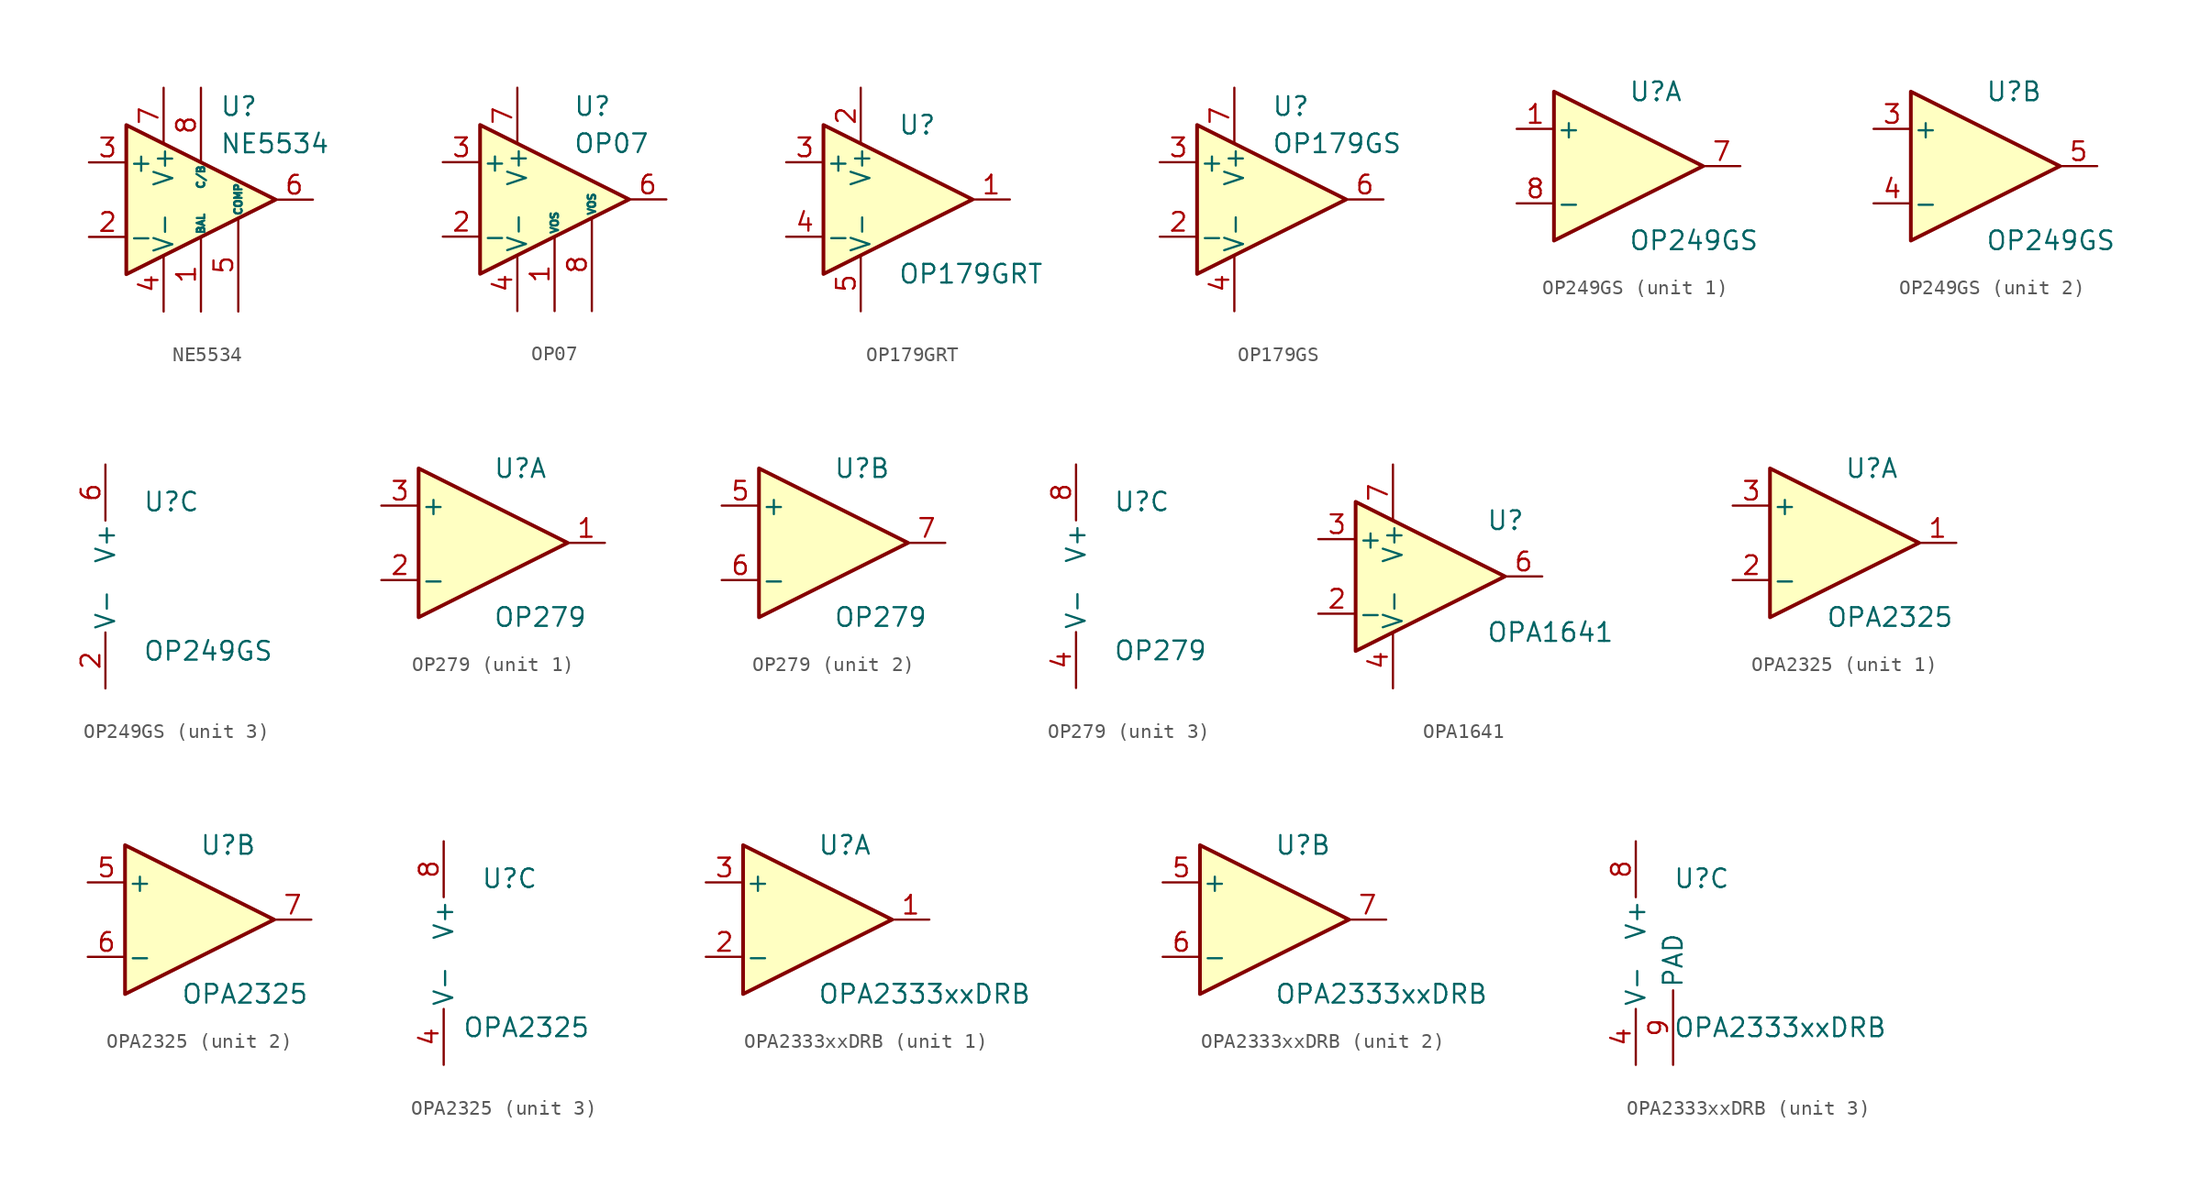
<source format=kicad_sym>
(kicad_symbol_lib
  (version 20200126)
  (host kicad_symbol_editor "(5.99.0-2908-g9a4f92dfd9)")
  (symbol "Bobs_Op_Amps:NE5534"
    (pin_names
      (offset 0.127))
    (property "Reference" "U"
      (at 1.27 6.35 0)
      (effects (font (size 1.27 1.27)) (justify left)))
    (property "Value" "NE5534"
      (at 1.27 3.81 0)
      (effects (font (size 1.27 1.27)) (justify left)))
    (symbol "NE5534_0_1"
      (polyline (pts (xy -5.08 5.08) (xy 5.08 0) (xy -5.08 -5.08) (xy -5.08 5.08)) (stroke (width 0.254)) (fill (type background))))
    (symbol "NE5534_1_1"
      (pin input line (at 0 -7.62 90) (length 5.08) (name "BAL" (effects (font (size 0.508 0.508)))) (number "1" (effects (font (size 1.27 1.27)))))
      (pin input line (at -7.62 -2.54 0) (length 2.54) (name "-" (effects (font (size 1.27 1.27)))) (number "2" (effects (font (size 1.27 1.27)))))
      (pin input line (at -7.62 2.54 0) (length 2.54) (name "+" (effects (font (size 1.27 1.27)))) (number "3" (effects (font (size 1.27 1.27)))))
      (pin power_in line (at -2.54 -7.62 90) (length 3.81) (name "V-" (effects (font (size 1.27 1.27)))) (number "4" (effects (font (size 1.27 1.27)))))
      (pin input line (at 2.54 -7.62 90) (length 6.35) (name "COMP" (effects (font (size 0.508 0.508)))) (number "5" (effects (font (size 1.27 1.27)))))
      (pin output line (at 7.62 0 180) (length 2.54) (name "~" (effects (font (size 1.27 1.27)))) (number "6" (effects (font (size 1.27 1.27)))))
      (pin power_in line (at -2.54 7.62 270) (length 3.81) (name "V+" (effects (font (size 1.27 1.27)))) (number "7" (effects (font (size 1.27 1.27)))))
      (pin input line (at 0 7.62 270) (length 5.08) (name "C/B" (effects (font (size 0.508 0.508)))) (number "8" (effects (font (size 1.27 1.27)))))))
  (symbol "Bobs_Op_Amps:OP07"
    (pin_names
      (offset 0.127))
    (property "Reference" "U"
      (at 1.27 6.35 0)
      (effects (font (size 1.27 1.27)) (justify left)))
    (property "Value" "OP07"
      (at 1.27 3.81 0)
      (effects (font (size 1.27 1.27)) (justify left)))
    (symbol "OP07_0_1"
      (polyline (pts (xy -5.08 5.08) (xy 5.08 0) (xy -5.08 -5.08) (xy -5.08 5.08)) (stroke (width 0.254)) (fill (type background))))
    (symbol "OP07_1_1"
      (pin input line (at 0 -7.62 90) (length 5.08) (name "VOS" (effects (font (size 0.508 0.508)))) (number "1" (effects (font (size 1.27 1.27)))))
      (pin input line (at -7.62 -2.54 0) (length 2.54) (name "-" (effects (font (size 1.27 1.27)))) (number "2" (effects (font (size 1.27 1.27)))))
      (pin input line (at -7.62 2.54 0) (length 2.54) (name "+" (effects (font (size 1.27 1.27)))) (number "3" (effects (font (size 1.27 1.27)))))
      (pin power_in line (at -2.54 -7.62 90) (length 3.81) (name "V-" (effects (font (size 1.27 1.27)))) (number "4" (effects (font (size 1.27 1.27)))))
      (pin unconnected line (at 0 2.54 270) (length 2.54) hide (name "NC" (effects (font (size 1.27 1.27)))) (number "5" (effects (font (size 1.27 1.27)))))
      (pin output line (at 7.62 0 180) (length 2.54) (name "~" (effects (font (size 1.27 1.27)))) (number "6" (effects (font (size 1.27 1.27)))))
      (pin power_in line (at -2.54 7.62 270) (length 3.81) (name "V+" (effects (font (size 1.27 1.27)))) (number "7" (effects (font (size 1.27 1.27)))))
      (pin input line (at 2.54 -7.62 90) (length 6.35) (name "VOS" (effects (font (size 0.508 0.508)))) (number "8" (effects (font (size 1.27 1.27)))))))
  (symbol "Bobs_Op_Amps:OP179GRT"
    (pin_names
      (offset 0.127))
    (property "Reference" "U"
      (at 0 5.08 0)
      (effects (font (size 1.27 1.27)) (justify left)))
    (property "Value" "OP179GRT"
      (at 0 -5.08 0)
      (effects (font (size 1.27 1.27)) (justify left)))
    (symbol "OP179GRT_0_1"
      (polyline (pts (xy -5.08 5.08) (xy 5.08 0) (xy -5.08 -5.08) (xy -5.08 5.08)) (stroke (width 0.254)) (fill (type background)))
      (pin power_in line (at -2.54 7.62 270) (length 3.81) (name "V+" (effects (font (size 1.27 1.27)))) (number "2" (effects (font (size 1.27 1.27)))))
      (pin power_in line (at -2.54 -7.62 90) (length 3.81) (name "V-" (effects (font (size 1.27 1.27)))) (number "5" (effects (font (size 1.27 1.27))))))
    (symbol "OP179GRT_1_1"
      (pin output line (at 7.62 0 180) (length 2.54) (name "~" (effects (font (size 1.27 1.27)))) (number "1" (effects (font (size 1.27 1.27)))))
      (pin input line (at -7.62 2.54 0) (length 2.54) (name "+" (effects (font (size 1.27 1.27)))) (number "3" (effects (font (size 1.27 1.27)))))
      (pin input line (at -7.62 -2.54 0) (length 2.54) (name "-" (effects (font (size 1.27 1.27)))) (number "4" (effects (font (size 1.27 1.27)))))))
  (symbol "Bobs_Op_Amps:OP179GS"
    (pin_names
      (offset 0.127))
    (property "Reference" "U"
      (at 0 6.35 0)
      (effects (font (size 1.27 1.27)) (justify left)))
    (property "Value" "OP179GS"
      (at 0 3.81 0)
      (effects (font (size 1.27 1.27)) (justify left)))
    (symbol "OP179GS_0_1"
      (polyline (pts (xy -5.08 5.08) (xy 5.08 0) (xy -5.08 -5.08) (xy -5.08 5.08)) (stroke (width 0.254)) (fill (type background))))
    (symbol "OP179GS_1_1"
      (pin unconnected line (at -5.08 -2.54 90) (length 2.54) hide (name "NC" (effects (font (size 1.27 1.27)))) (number "1" (effects (font (size 1.27 1.27)))))
      (pin input line (at -7.62 -2.54 0) (length 2.54) (name "-" (effects (font (size 1.27 1.27)))) (number "2" (effects (font (size 1.27 1.27)))))
      (pin input line (at -7.62 2.54 0) (length 2.54) (name "+" (effects (font (size 1.27 1.27)))) (number "3" (effects (font (size 1.27 1.27)))))
      (pin power_in line (at -2.54 -7.62 90) (length 3.81) (name "V-" (effects (font (size 1.27 1.27)))) (number "4" (effects (font (size 1.27 1.27)))))
      (pin unconnected line (at -2.54 -2.54 90) (length 2.54) hide (name "NC" (effects (font (size 1.27 1.27)))) (number "5" (effects (font (size 1.27 1.27)))))
      (pin output line (at 7.62 0 180) (length 2.54) (name "~" (effects (font (size 1.27 1.27)))) (number "6" (effects (font (size 1.27 1.27)))))
      (pin power_in line (at -2.54 7.62 270) (length 3.81) (name "V+" (effects (font (size 1.27 1.27)))) (number "7" (effects (font (size 1.27 1.27)))))
      (pin unconnected line (at 0 -2.54 90) (length 2.54) hide (name "NC" (effects (font (size 1.27 1.27)))) (number "8" (effects (font (size 1.27 1.27)))))))
  (symbol "Bobs_Op_Amps:OP249GS"
    (pin_names
      (offset 0.127))
    (property "Reference" "U"
      (at 0 5.08 0)
      (effects (font (size 1.27 1.27)) (justify left)))
    (property "Value" "OP249GS"
      (at 0 -5.08 0)
      (effects (font (size 1.27 1.27)) (justify left)))
    (property "ki_locked" ""
      (at 0 0 0)
      (effects (font (size 1.27 1.27))))
    (symbol "OP249GS_1_1"
      (polyline (pts (xy -5.08 5.08) (xy 5.08 0) (xy -5.08 -5.08) (xy -5.08 5.08)) (stroke (width 0.254)) (fill (type background)))
      (pin input line (at -7.62 2.54 0) (length 2.54) (name "+" (effects (font (size 1.27 1.27)))) (number "1" (effects (font (size 1.27 1.27)))))
      (pin output line (at 7.62 0 180) (length 2.54) (name "~" (effects (font (size 1.27 1.27)))) (number "7" (effects (font (size 1.27 1.27)))))
      (pin input line (at -7.62 -2.54 0) (length 2.54) (name "-" (effects (font (size 1.27 1.27)))) (number "8" (effects (font (size 1.27 1.27))))))
    (symbol "OP249GS_2_1"
      (polyline (pts (xy -5.08 5.08) (xy 5.08 0) (xy -5.08 -5.08) (xy -5.08 5.08)) (stroke (width 0.254)) (fill (type background)))
      (pin input line (at -7.62 2.54 0) (length 2.54) (name "+" (effects (font (size 1.27 1.27)))) (number "3" (effects (font (size 1.27 1.27)))))
      (pin input line (at -7.62 -2.54 0) (length 2.54) (name "-" (effects (font (size 1.27 1.27)))) (number "4" (effects (font (size 1.27 1.27)))))
      (pin output line (at 7.62 0 180) (length 2.54) (name "~" (effects (font (size 1.27 1.27)))) (number "5" (effects (font (size 1.27 1.27))))))
    (symbol "OP249GS_3_1"
      (pin power_in line (at -2.54 -7.62 90) (length 3.81) (name "V-" (effects (font (size 1.27 1.27)))) (number "2" (effects (font (size 1.27 1.27)))))
      (pin power_in line (at -2.54 7.62 270) (length 3.81) (name "V+" (effects (font (size 1.27 1.27)))) (number "6" (effects (font (size 1.27 1.27)))))))
  (symbol "Bobs_Op_Amps:OP279"
    (pin_names
      (offset 0.127))
    (property "Reference" "U"
      (at 0 5.08 0)
      (effects (font (size 1.27 1.27)) (justify left)))
    (property "Value" "OP279"
      (at 0 -5.08 0)
      (effects (font (size 1.27 1.27)) (justify left)))
    (property "ki_locked" ""
      (at 0 0 0)
      (effects (font (size 1.27 1.27))))
    (symbol "OP279_1_1"
      (polyline (pts (xy -5.08 5.08) (xy 5.08 0) (xy -5.08 -5.08) (xy -5.08 5.08)) (stroke (width 0.254)) (fill (type background)))
      (pin output line (at 7.62 0 180) (length 2.54) (name "~" (effects (font (size 1.27 1.27)))) (number "1" (effects (font (size 1.27 1.27)))))
      (pin input line (at -7.62 -2.54 0) (length 2.54) (name "-" (effects (font (size 1.27 1.27)))) (number "2" (effects (font (size 1.27 1.27)))))
      (pin input line (at -7.62 2.54 0) (length 2.54) (name "+" (effects (font (size 1.27 1.27)))) (number "3" (effects (font (size 1.27 1.27))))))
    (symbol "OP279_2_1"
      (polyline (pts (xy -5.08 5.08) (xy 5.08 0) (xy -5.08 -5.08) (xy -5.08 5.08)) (stroke (width 0.254)) (fill (type background)))
      (pin input line (at -7.62 2.54 0) (length 2.54) (name "+" (effects (font (size 1.27 1.27)))) (number "5" (effects (font (size 1.27 1.27)))))
      (pin input line (at -7.62 -2.54 0) (length 2.54) (name "-" (effects (font (size 1.27 1.27)))) (number "6" (effects (font (size 1.27 1.27)))))
      (pin output line (at 7.62 0 180) (length 2.54) (name "~" (effects (font (size 1.27 1.27)))) (number "7" (effects (font (size 1.27 1.27))))))
    (symbol "OP279_3_1"
      (pin power_in line (at -2.54 -7.62 90) (length 3.81) (name "V-" (effects (font (size 1.27 1.27)))) (number "4" (effects (font (size 1.27 1.27)))))
      (pin power_in line (at -2.54 7.62 270) (length 3.81) (name "V+" (effects (font (size 1.27 1.27)))) (number "8" (effects (font (size 1.27 1.27)))))))
  (symbol "Bobs_Op_Amps:OPA1641"
    (pin_names
      (offset 0.127))
    (property "Reference" "U"
      (at 3.81 3.81 0)
      (effects (font (size 1.27 1.27)) (justify left)))
    (property "Value" "OPA1641"
      (at 3.81 -3.81 0)
      (effects (font (size 1.27 1.27)) (justify left)))
    (symbol "OPA1641_0_1"
      (polyline (pts (xy 5.08 0) (xy -5.08 5.08) (xy -5.08 -5.08) (xy 5.08 0)) (stroke (width 0.254)) (fill (type background))))
    (symbol "OPA1641_1_1"
      (pin unconnected line (at -2.54 -2.54 90) (length 2.54) hide (name "NC" (effects (font (size 1.27 1.27)))) (number "1" (effects (font (size 1.27 1.27)))))
      (pin input line (at -7.62 -2.54 0) (length 2.54) (name "-" (effects (font (size 1.27 1.27)))) (number "2" (effects (font (size 1.27 1.27)))))
      (pin input line (at -7.62 2.54 0) (length 2.54) (name "+" (effects (font (size 1.27 1.27)))) (number "3" (effects (font (size 1.27 1.27)))))
      (pin power_in line (at -2.54 -7.62 90) (length 3.81) (name "V-" (effects (font (size 1.27 1.27)))) (number "4" (effects (font (size 1.27 1.27)))))
      (pin unconnected line (at 0 -2.54 90) (length 2.54) hide (name "NC" (effects (font (size 1.27 1.27)))) (number "5" (effects (font (size 1.27 1.27)))))
      (pin output line (at 7.62 0 180) (length 2.54) (name "~" (effects (font (size 1.27 1.27)))) (number "6" (effects (font (size 1.27 1.27)))))
      (pin power_in line (at -2.54 7.62 270) (length 3.81) (name "V+" (effects (font (size 1.27 1.27)))) (number "7" (effects (font (size 1.27 1.27)))))
      (pin unconnected line (at -5.08 -2.54 90) (length 2.54) hide (name "NC" (effects (font (size 1.27 1.27)))) (number "8" (effects (font (size 1.27 1.27)))))))
  (symbol "Bobs_Op_Amps:OPA2325"
    (pin_names
      (offset 0.127))
    (property "Reference" "U"
      (at 0 5.08 0)
      (effects (font (size 1.27 1.27)) (justify left)))
    (property "Value" "OPA2325"
      (at -1.27 -5.08 0)
      (effects (font (size 1.27 1.27)) (justify left)))
    (property "ki_locked" ""
      (at 0 0 0)
      (effects (font (size 1.27 1.27))))
    (symbol "OPA2325_1_1"
      (polyline (pts (xy -5.08 5.08) (xy 5.08 0) (xy -5.08 -5.08) (xy -5.08 5.08)) (stroke (width 0.254)) (fill (type background)))
      (pin output line (at 7.62 0 180) (length 2.54) (name "~" (effects (font (size 1.27 1.27)))) (number "1" (effects (font (size 1.27 1.27)))))
      (pin input line (at -7.62 -2.54 0) (length 2.54) (name "-" (effects (font (size 1.27 1.27)))) (number "2" (effects (font (size 1.27 1.27)))))
      (pin input line (at -7.62 2.54 0) (length 2.54) (name "+" (effects (font (size 1.27 1.27)))) (number "3" (effects (font (size 1.27 1.27))))))
    (symbol "OPA2325_2_1"
      (polyline (pts (xy -5.08 5.08) (xy 5.08 0) (xy -5.08 -5.08) (xy -5.08 5.08)) (stroke (width 0.254)) (fill (type background)))
      (pin input line (at -7.62 2.54 0) (length 2.54) (name "+" (effects (font (size 1.27 1.27)))) (number "5" (effects (font (size 1.27 1.27)))))
      (pin input line (at -7.62 -2.54 0) (length 2.54) (name "-" (effects (font (size 1.27 1.27)))) (number "6" (effects (font (size 1.27 1.27)))))
      (pin output line (at 7.62 0 180) (length 2.54) (name "~" (effects (font (size 1.27 1.27)))) (number "7" (effects (font (size 1.27 1.27))))))
    (symbol "OPA2325_3_1"
      (pin power_in line (at -2.54 -7.62 90) (length 3.81) (name "V-" (effects (font (size 1.27 1.27)))) (number "4" (effects (font (size 1.27 1.27)))))
      (pin power_in line (at -2.54 7.62 270) (length 3.81) (name "V+" (effects (font (size 1.27 1.27)))) (number "8" (effects (font (size 1.27 1.27)))))))
  (symbol "Bobs_Op_Amps:OPA2333xxDRB"
    (pin_names
      (offset 0.127))
    (property "Reference" "U"
      (at 0 5.08 0)
      (effects (font (size 1.27 1.27)) (justify left)))
    (property "Value" "OPA2333xxDRB"
      (at 0 -5.08 0)
      (effects (font (size 1.27 1.27)) (justify left)))
    (property "ki_locked" ""
      (at 0 0 0)
      (effects (font (size 1.27 1.27))))
    (symbol "OPA2333xxDRB_1_1"
      (polyline (pts (xy -5.08 5.08) (xy 5.08 0) (xy -5.08 -5.08) (xy -5.08 5.08)) (stroke (width 0.254)) (fill (type background)))
      (pin output line (at 7.62 0 180) (length 2.54) (name "~" (effects (font (size 1.27 1.27)))) (number "1" (effects (font (size 1.27 1.27)))))
      (pin input line (at -7.62 -2.54 0) (length 2.54) (name "-" (effects (font (size 1.27 1.27)))) (number "2" (effects (font (size 1.27 1.27)))))
      (pin input line (at -7.62 2.54 0) (length 2.54) (name "+" (effects (font (size 1.27 1.27)))) (number "3" (effects (font (size 1.27 1.27))))))
    (symbol "OPA2333xxDRB_2_1"
      (polyline (pts (xy -5.08 5.08) (xy 5.08 0) (xy -5.08 -5.08) (xy -5.08 5.08)) (stroke (width 0.254)) (fill (type background)))
      (pin input line (at -7.62 2.54 0) (length 2.54) (name "+" (effects (font (size 1.27 1.27)))) (number "5" (effects (font (size 1.27 1.27)))))
      (pin input line (at -7.62 -2.54 0) (length 2.54) (name "-" (effects (font (size 1.27 1.27)))) (number "6" (effects (font (size 1.27 1.27)))))
      (pin output line (at 7.62 0 180) (length 2.54) (name "~" (effects (font (size 1.27 1.27)))) (number "7" (effects (font (size 1.27 1.27))))))
    (symbol "OPA2333xxDRB_3_1"
      (pin power_in line (at -2.54 -7.62 90) (length 3.81) (name "V-" (effects (font (size 1.27 1.27)))) (number "4" (effects (font (size 1.27 1.27)))))
      (pin power_in line (at -2.54 7.62 270) (length 3.81) (name "V+" (effects (font (size 1.27 1.27)))) (number "8" (effects (font (size 1.27 1.27)))))
      (pin power_in line (at 0 -7.62 90) (length 5.08) (name "PAD" (effects (font (size 1.27 1.27)))) (number "9" (effects (font (size 1.27 1.27))))))))
</source>
